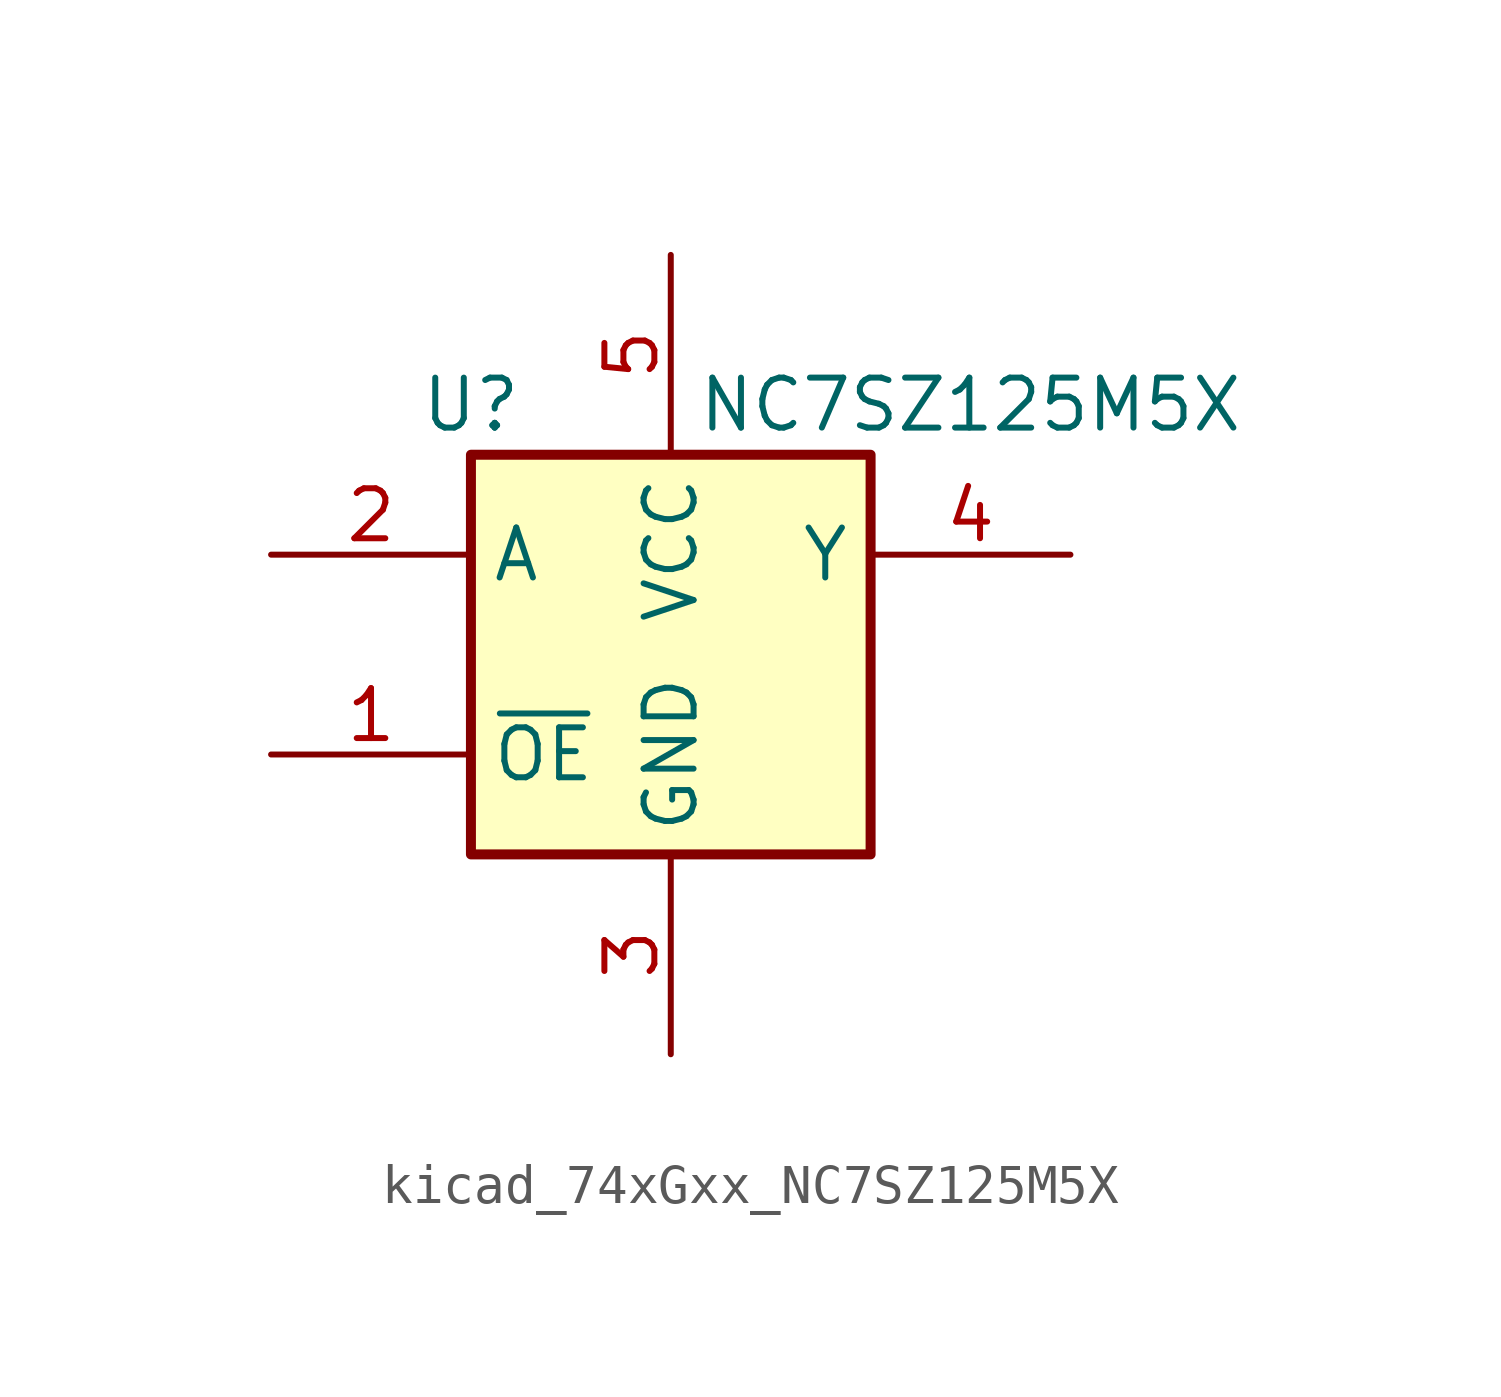
<source format=kicad_sym>
(kicad_symbol_lib
  (version 20220914)
  (generator kicad_symbol_editor)
  (symbol "kicad_74xGxx_NC7SZ125M5X"
    (property "Reference" "U"
      (at -5.08 6.35 0)
      (effects (font (size 1.27 1.27))))
    (property "Value" "NC7SZ125M5X"
      (at 7.62 6.35 0)
      (effects (font (size 1.27 1.27))))
    (symbol "kicad_74xGxx_NC7SZ125M5X_0_1"
      (rectangle (start -5.08 5.08) (end 5.08 -5.08) (stroke (width 0.254) (type default)) (fill (type background))))
    (symbol "kicad_74xGxx_NC7SZ125M5X_1_1"
      (pin input line (at -10.16 -2.54 0) (length 5.08) (name "~{OE}" (effects (font (size 1.27 1.27)))) (number "1" (effects (font (size 1.27 1.27)))))
      (pin input line (at -10.16 2.54 0) (length 5.08) (name "A" (effects (font (size 1.27 1.27)))) (number "2" (effects (font (size 1.27 1.27)))))
      (pin power_in line (at 0 -10.16 90) (length 5.08) (name "GND" (effects (font (size 1.27 1.27)))) (number "3" (effects (font (size 1.27 1.27)))))
      (pin output line (at 10.16 2.54 180) (length 5.08) (name "Y" (effects (font (size 1.27 1.27)))) (number "4" (effects (font (size 1.27 1.27)))))
      (pin power_in line (at 0 10.16 270) (length 5.08) (name "VCC" (effects (font (size 1.27 1.27)))) (number "5" (effects (font (size 1.27 1.27))))))))
</source>
